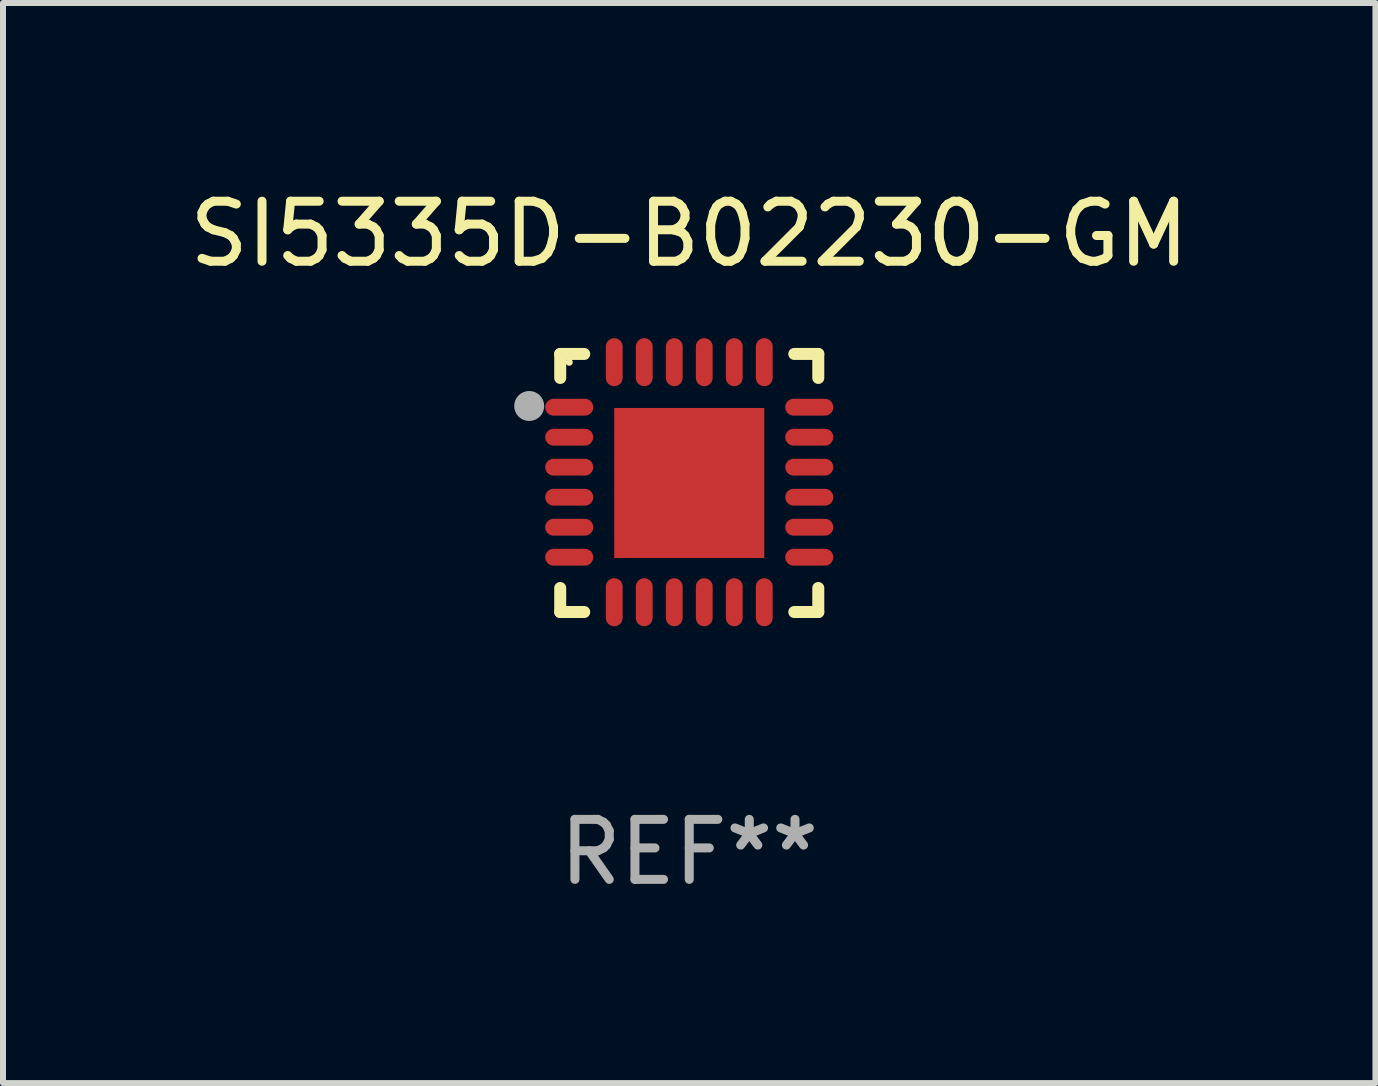
<source format=kicad_pcb>
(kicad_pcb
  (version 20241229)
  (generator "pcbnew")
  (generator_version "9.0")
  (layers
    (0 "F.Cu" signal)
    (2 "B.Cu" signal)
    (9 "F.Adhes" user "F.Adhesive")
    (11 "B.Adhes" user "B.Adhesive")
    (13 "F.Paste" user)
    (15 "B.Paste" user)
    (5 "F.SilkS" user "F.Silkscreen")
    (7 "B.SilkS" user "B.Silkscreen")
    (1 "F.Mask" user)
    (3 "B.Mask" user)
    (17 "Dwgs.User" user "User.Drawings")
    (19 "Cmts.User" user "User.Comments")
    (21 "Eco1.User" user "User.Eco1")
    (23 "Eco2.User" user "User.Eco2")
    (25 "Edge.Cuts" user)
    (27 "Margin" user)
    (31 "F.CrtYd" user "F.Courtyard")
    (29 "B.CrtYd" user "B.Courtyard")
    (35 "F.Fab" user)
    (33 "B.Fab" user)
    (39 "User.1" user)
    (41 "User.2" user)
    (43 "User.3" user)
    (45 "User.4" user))
  (footprint "SI5335D-B02230-GM"
    (layer "F.Cu")
    (at 8.435 4.998)
    (property "Reference" "SI5335D-B02230-GM" (at 0 -4.15 0) (layer "F.SilkS") (effects (font (size 1 1) (thickness 0.15))))
    (attr through_hole)
    (fp_line (start -2.15 -2.15) (end -1.75 -2.15) (stroke (width 0.2) (type solid)) (layer "F.SilkS"))
    (fp_line (start -2.15 -1.75) (end -2.15 -2.15) (stroke (width 0.2) (type solid)) (layer "F.SilkS"))
    (fp_line (start -2.15 2.15) (end -2.15 1.75) (stroke (width 0.2) (type solid)) (layer "F.SilkS"))
    (fp_line (start -1.75 2.15) (end -2.15 2.15) (stroke (width 0.2) (type solid)) (layer "F.SilkS"))
    (fp_line (start 1.75 -2.15) (end 2.15 -2.15) (stroke (width 0.2) (type solid)) (layer "F.SilkS"))
    (fp_line (start 1.75 2.15) (end 2.15 2.15) (stroke (width 0.2) (type solid)) (layer "F.SilkS"))
    (fp_line (start 2.15 -2.15) (end 2.15 -1.75) (stroke (width 0.2) (type solid)) (layer "F.SilkS"))
    (fp_line (start 2.15 2.15) (end 2.15 1.75) (stroke (width 0.2) (type solid)) (layer "F.SilkS"))
    (fp_circle (center -2 -2.013) (end -1.97 -2.013) (stroke (width 0.06) (type solid)) (fill no) (layer "F.SilkS"))
    (fp_circle (center -2.667 -1.283) (end -2.542 -1.283) (stroke (width 0.25) (type solid)) (fill no) (layer "F.Fab"))
    (fp_text user "REF**" (at 0 6.15 0) (layer "F.Fab") (effects (font (size 1 1) (thickness 0.15))))
    (pad "1" smd oval (at -2 -1.263) (size 0.8 0.28) (layers "F.Cu" "F.Mask" "F.Paste"))
    (pad "2" smd oval (at -2 -0.763) (size 0.8 0.28) (layers "F.Cu" "F.Mask" "F.Paste"))
    (pad "3" smd oval (at -2 -0.263) (size 0.8 0.28) (layers "F.Cu" "F.Mask" "F.Paste"))
    (pad "4" smd oval (at -2 0.237) (size 0.8 0.28) (layers "F.Cu" "F.Mask" "F.Paste"))
    (pad "5" smd oval (at -2 0.737) (size 0.8 0.28) (layers "F.Cu" "F.Mask" "F.Paste"))
    (pad "6" smd oval (at -2 1.237) (size 0.8 0.28) (layers "F.Cu" "F.Mask" "F.Paste"))
    (pad "7" smd oval (at -1.25 1.987) (size 0.28 0.8) (layers "F.Cu" "F.Mask" "F.Paste"))
    (pad "8" smd oval (at -0.75 1.987) (size 0.28 0.8) (layers "F.Cu" "F.Mask" "F.Paste"))
    (pad "9" smd oval (at -0.25 1.987) (size 0.28 0.8) (layers "F.Cu" "F.Mask" "F.Paste"))
    (pad "10" smd oval (at 0.25 1.987) (size 0.28 0.8) (layers "F.Cu" "F.Mask" "F.Paste"))
    (pad "11" smd oval (at 0.75 1.987) (size 0.28 0.8) (layers "F.Cu" "F.Mask" "F.Paste"))
    (pad "12" smd oval (at 1.25 1.987) (size 0.28 0.8) (layers "F.Cu" "F.Mask" "F.Paste"))
    (pad "13" smd oval (at 2 1.237) (size 0.8 0.28) (layers "F.Cu" "F.Mask" "F.Paste"))
    (pad "14" smd oval (at 2 0.737) (size 0.8 0.28) (layers "F.Cu" "F.Mask" "F.Paste"))
    (pad "15" smd oval (at 2 0.237) (size 0.8 0.28) (layers "F.Cu" "F.Mask" "F.Paste"))
    (pad "16" smd oval (at 2 -0.263) (size 0.8 0.28) (layers "F.Cu" "F.Mask" "F.Paste"))
    (pad "17" smd oval (at 2 -0.763) (size 0.8 0.28) (layers "F.Cu" "F.Mask" "F.Paste"))
    (pad "18" smd oval (at 2 -1.263) (size 0.8 0.28) (layers "F.Cu" "F.Mask" "F.Paste"))
    (pad "19" smd oval (at 1.25 -2.013) (size 0.28 0.8) (layers "F.Cu" "F.Mask" "F.Paste"))
    (pad "20" smd oval (at 0.75 -2.013) (size 0.28 0.8) (layers "F.Cu" "F.Mask" "F.Paste"))
    (pad "21" smd oval (at 0.25 -2.013) (size 0.28 0.8) (layers "F.Cu" "F.Mask" "F.Paste"))
    (pad "22" smd oval (at -0.25 -2.013) (size 0.28 0.8) (layers "F.Cu" "F.Mask" "F.Paste"))
    (pad "23" smd oval (at -0.75 -2.013) (size 0.28 0.8) (layers "F.Cu" "F.Mask" "F.Paste"))
    (pad "24" smd oval (at -1.25 -2.013) (size 0.28 0.8) (layers "F.Cu" "F.Mask" "F.Paste"))
    (pad "25" smd rect (at -0.000127 -0.00014) (size 2.5 2.5) (layers "F.Cu" "F.Mask" "F.Paste")))
  (gr_rect
    (start -3 -3)
    (end 19.869 14.997)
    (stroke (width 0.1) (type default))
    (fill no)
    (layer "Edge.Cuts")))
</source>
